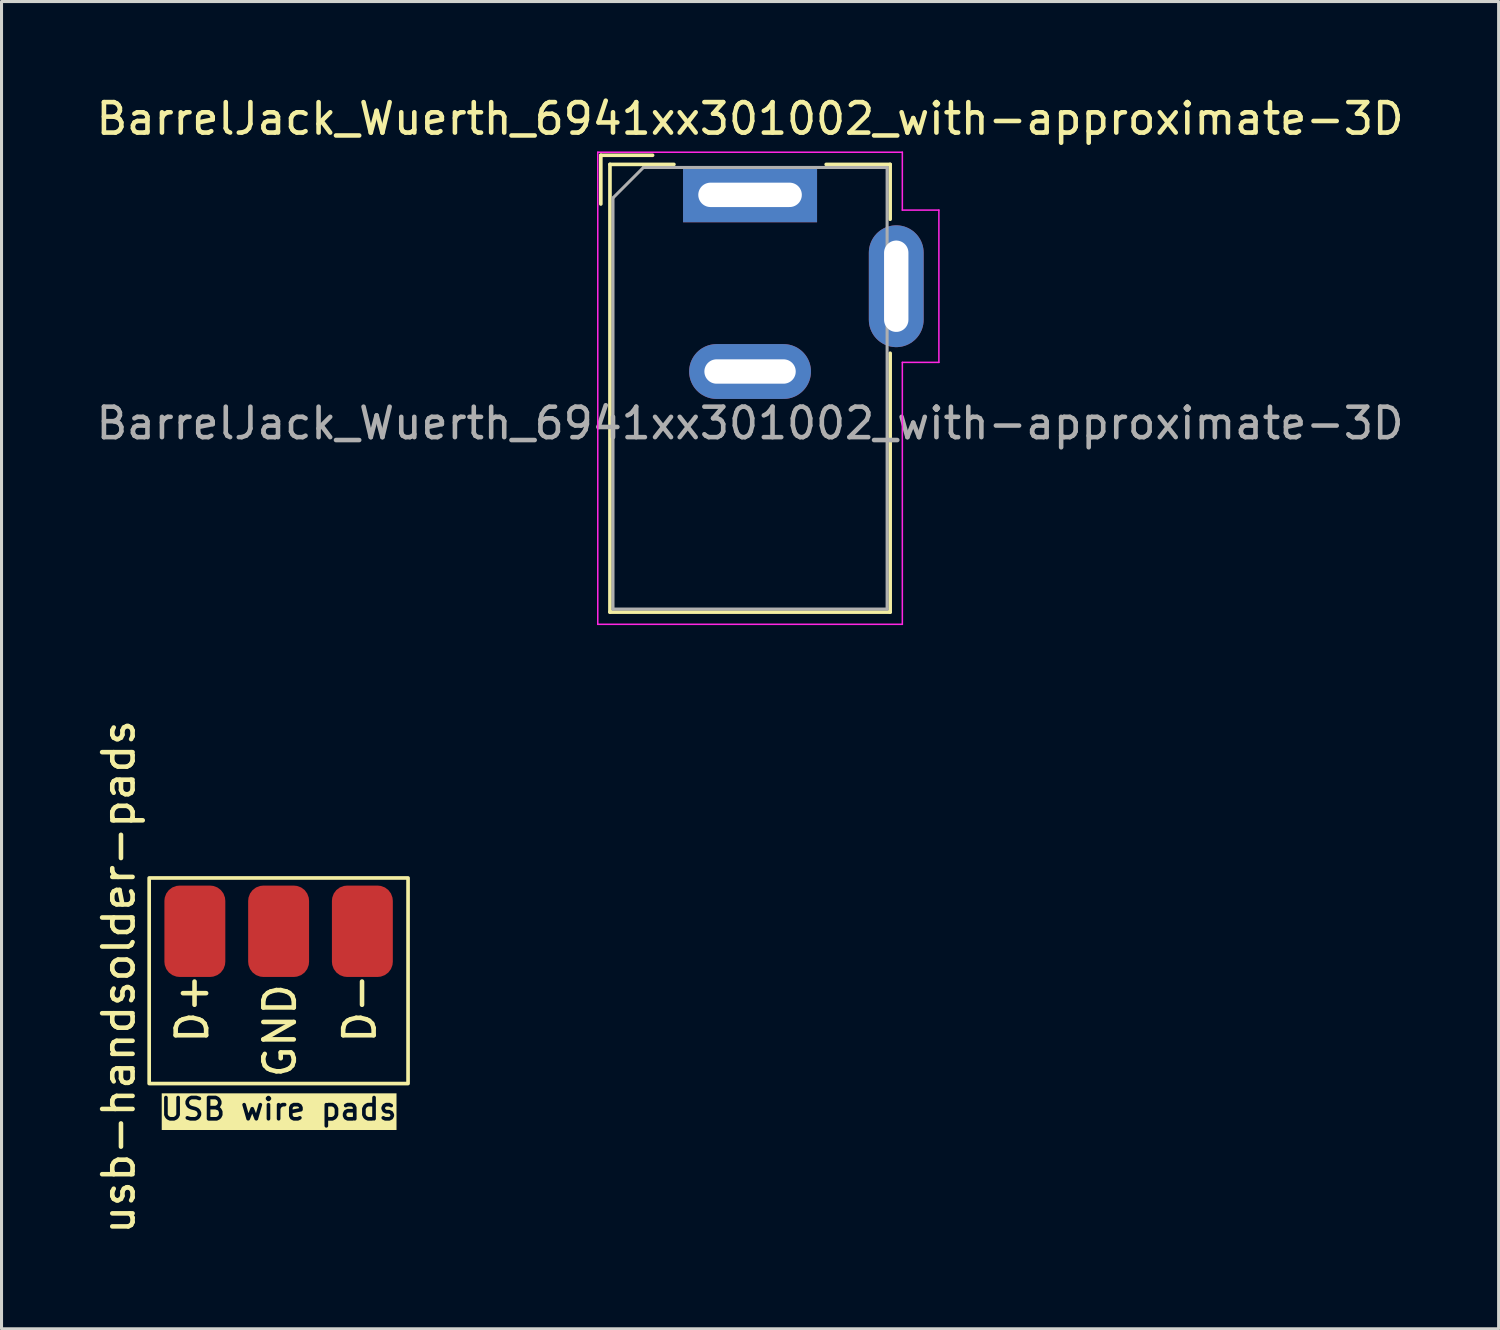
<source format=kicad_pcb>
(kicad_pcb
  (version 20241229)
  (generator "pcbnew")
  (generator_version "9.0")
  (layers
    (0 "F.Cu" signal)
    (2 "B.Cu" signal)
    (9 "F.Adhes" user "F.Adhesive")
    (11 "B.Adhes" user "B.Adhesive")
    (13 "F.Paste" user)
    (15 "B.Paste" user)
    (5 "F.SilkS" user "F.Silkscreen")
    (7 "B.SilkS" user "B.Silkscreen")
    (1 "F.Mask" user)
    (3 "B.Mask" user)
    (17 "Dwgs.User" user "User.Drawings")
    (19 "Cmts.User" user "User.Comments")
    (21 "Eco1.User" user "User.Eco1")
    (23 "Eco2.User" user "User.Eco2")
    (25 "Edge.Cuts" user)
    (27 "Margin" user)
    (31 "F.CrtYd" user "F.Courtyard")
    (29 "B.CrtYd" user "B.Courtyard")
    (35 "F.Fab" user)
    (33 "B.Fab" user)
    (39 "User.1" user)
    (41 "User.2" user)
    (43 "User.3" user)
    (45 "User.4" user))
  (footprint "usb-handsolder-pads"
    (layer "F.Cu")
    (at 6.098 27.527)
    (property "Reference" "usb-handsolder-pads" (at -5.25 1.5 90) (unlocked yes) (layer "F.SilkS") (effects (font (size 1 1) (thickness 0.15))))
    (attr smd)
    (fp_rect (start -4.25 -1.75) (end 4.25 5) (stroke (width 0.12) (type default)) (fill no) (layer "F.SilkS"))
    (fp_text user "D-" (at 3.25 3.75 90) (unlocked yes) (layer "F.SilkS") (effects (font (size 1 1) (thickness 0.15)) (justify left bottom)))
    (fp_text user "GND" (at 0.628 3.264 90) (unlocked yes) (layer "F.SilkS") (effects (font (size 1 1) (thickness 0.15)) (justify bottom)))
    (fp_text user "D+" (at -2.25 3.75 90) (unlocked yes) (layer "F.SilkS") (effects (font (size 1 1) (thickness 0.15)) (justify left bottom)))
    (fp_text user "USB wire pads" (at 0 6.25 0) (unlocked yes) (layer "F.SilkS" knockout) (effects (font (size 0.7 0.7) (thickness 0.12) (bold yes)) (justify bottom)))
    (pad "1" smd roundrect (at -2.75 0 90) (size 3 2) (layers "F.Cu" "F.Mask" "F.Paste") (roundrect_rratio 0.25))
    (pad "2" smd roundrect (at 0 0 90) (size 3 2) (layers "F.Cu" "F.Mask" "F.Paste") (roundrect_rratio 0.25))
    (pad "3" smd roundrect (at 2.75 0 90) (size 3 2) (layers "F.Cu" "F.Mask" "F.Paste") (roundrect_rratio 0.25)))
  (footprint "BarrelJack_Wuerth_6941xx301002_with-approximate-3D"
    (layer "F.Cu")
    (at 21.577 3.348)
    (property "Reference" "BarrelJack_Wuerth_6941xx301002_with-approximate-3D" (at 0 -2.5 0) (layer "F.SilkS") (effects (font (size 1 1) (thickness 0.15))))
    (attr through_hole)
    (fp_line (start -4.9 -1.3) (end -4.9 0.3) (stroke (width 0.12) (type solid)) (layer "F.SilkS"))
    (fp_line (start -4.6 -1) (end -2.5 -1) (stroke (width 0.12) (type solid)) (layer "F.SilkS"))
    (fp_line (start -4.6 13.7) (end -4.6 -1) (stroke (width 0.12) (type solid)) (layer "F.SilkS"))
    (fp_line (start -3.2 -1.3) (end -4.9 -1.3) (stroke (width 0.12) (type solid)) (layer "F.SilkS"))
    (fp_line (start 2.5 -1) (end 4.6 -1) (stroke (width 0.12) (type solid)) (layer "F.SilkS"))
    (fp_line (start 4.6 -1) (end 4.6 0.8) (stroke (width 0.12) (type solid)) (layer "F.SilkS"))
    (fp_line (start 4.6 5.2) (end 4.6 13.7) (stroke (width 0.12) (type solid)) (layer "F.SilkS"))
    (fp_line (start 4.6 13.7) (end -4.6 13.7) (stroke (width 0.12) (type solid)) (layer "F.SilkS"))
    (fp_line (start -5 -1.4) (end -5 14.1) (stroke (width 0.05) (type solid)) (layer "F.CrtYd"))
    (fp_line (start -5 14.1) (end 5 14.1) (stroke (width 0.05) (type solid)) (layer "F.CrtYd"))
    (fp_line (start 5 -1.4) (end -5 -1.4) (stroke (width 0.05) (type solid)) (layer "F.CrtYd"))
    (fp_line (start 5 0.5) (end 5 -1.4) (stroke (width 0.05) (type solid)) (layer "F.CrtYd"))
    (fp_line (start 5 14.1) (end 5 5.5) (stroke (width 0.05) (type solid)) (layer "F.CrtYd"))
    (fp_line (start 6.2 0.5) (end 5 0.5) (stroke (width 0.05) (type solid)) (layer "F.CrtYd"))
    (fp_line (start 6.2 0.5) (end 6.2 5.5) (stroke (width 0.05) (type solid)) (layer "F.CrtYd"))
    (fp_line (start 6.2 5.5) (end 5 5.5) (stroke (width 0.05) (type solid)) (layer "F.CrtYd"))
    (fp_line (start -4.5 0.1) (end -3.5 -0.9) (stroke (width 0.1) (type solid)) (layer "F.Fab"))
    (fp_line (start -4.5 13.6) (end -4.5 0.1) (stroke (width 0.1) (type solid)) (layer "F.Fab"))
    (fp_line (start 4.5 -0.9) (end -3.5 -0.9) (stroke (width 0.1) (type solid)) (layer "F.Fab"))
    (fp_line (start 4.5 -0.9) (end 4.5 13.6) (stroke (width 0.1) (type solid)) (layer "F.Fab"))
    (fp_line (start 4.5 13.6) (end -4.5 13.6) (stroke (width 0.1) (type solid)) (layer "F.Fab"))
    (fp_text user "${REFERENCE}" (at 0 7.5 0) (layer "F.Fab") (effects (font (size 1 1) (thickness 0.15))))
    (pad "1" thru_hole rect (at 0 0) (size 4.4 1.8) (drill oval 3.4 0.8) (layers "*.Cu" "*.Mask"))
    (pad "2" thru_hole oval (at 0 5.8) (size 4 1.8) (drill oval 3 0.8) (layers "*.Cu" "*.Mask"))
    (pad "3" thru_hole oval (at 4.8 3 90) (size 4 1.8) (drill oval 3 0.8) (layers "*.Cu" "*.Mask")))
  (gr_rect
    (start -3 -3)
    (end 46.155 40.58)
    (stroke (width 0.1) (type default))
    (fill no)
    (layer "Edge.Cuts")))
</source>
